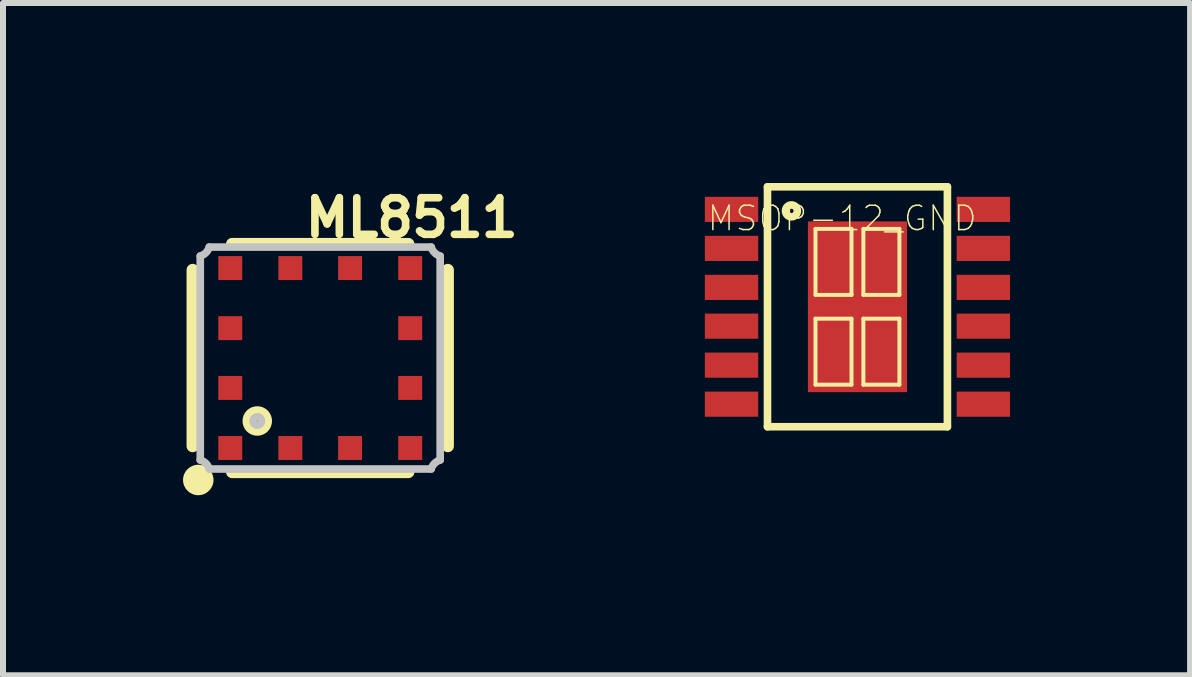
<source format=kicad_pcb>
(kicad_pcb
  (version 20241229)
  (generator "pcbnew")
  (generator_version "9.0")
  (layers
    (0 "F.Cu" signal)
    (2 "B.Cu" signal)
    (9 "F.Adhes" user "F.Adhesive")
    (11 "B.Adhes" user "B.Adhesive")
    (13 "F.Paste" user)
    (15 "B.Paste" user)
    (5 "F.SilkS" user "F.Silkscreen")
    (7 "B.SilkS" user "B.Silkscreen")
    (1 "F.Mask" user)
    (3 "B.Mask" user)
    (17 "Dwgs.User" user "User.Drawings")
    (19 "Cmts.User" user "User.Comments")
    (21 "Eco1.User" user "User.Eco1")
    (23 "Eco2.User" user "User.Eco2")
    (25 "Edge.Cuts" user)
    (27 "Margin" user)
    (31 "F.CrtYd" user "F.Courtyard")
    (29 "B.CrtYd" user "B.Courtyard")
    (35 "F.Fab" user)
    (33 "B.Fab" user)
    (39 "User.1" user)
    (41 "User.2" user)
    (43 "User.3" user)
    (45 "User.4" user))
  (footprint "ML8511"
    (layer "F.Cu")
    (at 2.286 2.916)
    (property "Reference" "ML8511" (at 1.524 -2.337 0) (layer "F.SilkS") (effects (font (size 0.61 0.61) (thickness 0.127))))
    (attr smd)
    (fp_line (start -2.126 -1.468) (end -2.126 1.468) (stroke (width 0.203) (type solid)) (layer "F.SilkS"))
    (fp_line (start 1.468 -1.9) (end -1.468 -1.9) (stroke (width 0.203) (type solid)) (layer "F.SilkS"))
    (fp_line (start 1.468 1.9) (end -1.468 1.9) (stroke (width 0.203) (type solid)) (layer "F.SilkS"))
    (fp_line (start 2.126 1.468) (end 2.126 -1.468) (stroke (width 0.203) (type solid)) (layer "F.SilkS"))
    (fp_circle (center -2.032 2.032) (end -2.032 1.778) (stroke (width 0) (type solid)) (fill yes) (layer "F.SilkS"))
    (fp_circle (center -1.049 1.049) (end -1.049 1.001) (stroke (width 0.198) (type solid)) (fill no) (layer "F.SilkS"))
    (fp_line (start -1.999 1.699) (end -1.999 -1.699) (stroke (width 0.127) (type solid)) (layer "Dwgs.User"))
    (fp_line (start -1.849 -1.849) (end 1.849 -1.849) (stroke (width 0.127) (type solid)) (layer "Dwgs.User"))
    (fp_line (start 1.849 1.849) (end -1.849 1.849) (stroke (width 0.127) (type solid)) (layer "Dwgs.User"))
    (fp_line (start 1.999 -1.699) (end 1.999 1.699) (stroke (width 0.127) (type solid)) (layer "Dwgs.User"))
    (fp_arc (start -1.99898 1.69926) (mid -1.905006 1.755278) (end -1.849067 1.849299) (stroke (width 0.127) (type solid)) (layer "Dwgs.User"))
    (fp_arc (start -1.84912 -1.84912) (mid -1.905138 -1.755146) (end -1.999159 -1.699207) (stroke (width 0.127) (type solid)) (layer "Dwgs.User"))
    (fp_arc (start 1.84912 1.84912) (mid 1.905138 1.755146) (end 1.999159 1.699207) (stroke (width 0.127) (type solid)) (layer "Dwgs.User"))
    (fp_arc (start 1.99898 -1.69926) (mid 1.905006 -1.755278) (end 1.849067 -1.849299) (stroke (width 0.127) (type solid)) (layer "Dwgs.User"))
    (fp_circle (center -1.049 1.049) (end -1.049 0.98) (stroke (width 0.127) (type solid)) (fill no) (layer "Dwgs.User"))
    (pad "1" smd rect (at -1.499 1.499) (size 0.399 0.399) (layers "F.Cu" "F.Mask" "F.Paste"))
    (pad "2" smd rect (at -1.499 0.498) (size 0.399 0.399) (layers "F.Cu" "F.Mask" "F.Paste"))
    (pad "3" smd rect (at -1.499 -0.498) (size 0.399 0.399) (layers "F.Cu" "F.Mask" "F.Paste"))
    (pad "4" smd rect (at -1.499 -1.499) (size 0.399 0.399) (layers "F.Cu" "F.Mask" "F.Paste"))
    (pad "5" smd rect (at -0.498 -1.499) (size 0.399 0.399) (layers "F.Cu" "F.Mask" "F.Paste"))
    (pad "6" smd rect (at 0.498 -1.499) (size 0.399 0.399) (layers "F.Cu" "F.Mask" "F.Paste"))
    (pad "7" smd rect (at 1.499 -1.499) (size 0.399 0.399) (layers "F.Cu" "F.Mask" "F.Paste"))
    (pad "8" smd rect (at 1.499 -0.498) (size 0.399 0.399) (layers "F.Cu" "F.Mask" "F.Paste"))
    (pad "9" smd rect (at 1.499 0.498) (size 0.399 0.399) (layers "F.Cu" "F.Mask" "F.Paste"))
    (pad "10" smd rect (at 1.499 1.499) (size 0.399 0.399) (layers "F.Cu" "F.Mask" "F.Paste"))
    (pad "11" smd rect (at 0.498 1.499) (size 0.399 0.399) (layers "F.Cu" "F.Mask" "F.Paste"))
    (pad "12" smd rect (at -0.498 1.499) (size 0.399 0.399) (layers "F.Cu" "F.Mask" "F.Paste")))
  (footprint "MSOP-12_GND"
    (layer "F.Cu")
    (at 11.238 2.062)
    (property "Reference" "MSOP-12_GND" (at -0.254 -1.473 0) (layer "F.SilkS") (effects (font (size 0.406 0.406) (thickness 0.025))))
    (attr smd)
    (fp_line (start -1.499 -1.999) (end -1.499 1.999) (stroke (width 0.127) (type solid)) (layer "F.SilkS"))
    (fp_line (start -1.499 1.999) (end 1.499 1.999) (stroke (width 0.127) (type solid)) (layer "F.SilkS"))
    (fp_line (start -0.699 -1.298) (end -0.099 -1.298) (stroke (width 0.066) (type solid)) (layer "F.SilkS"))
    (fp_line (start -0.699 -0.198) (end -0.699 -1.298) (stroke (width 0.066) (type solid)) (layer "F.SilkS"))
    (fp_line (start -0.699 -0.198) (end -0.099 -0.198) (stroke (width 0.066) (type solid)) (layer "F.SilkS"))
    (fp_line (start -0.699 0.198) (end -0.099 0.198) (stroke (width 0.066) (type solid)) (layer "F.SilkS"))
    (fp_line (start -0.699 1.298) (end -0.699 0.198) (stroke (width 0.066) (type solid)) (layer "F.SilkS"))
    (fp_line (start -0.699 1.298) (end -0.099 1.298) (stroke (width 0.066) (type solid)) (layer "F.SilkS"))
    (fp_line (start -0.099 -0.198) (end -0.099 -1.298) (stroke (width 0.066) (type solid)) (layer "F.SilkS"))
    (fp_line (start -0.099 1.298) (end -0.099 0.198) (stroke (width 0.066) (type solid)) (layer "F.SilkS"))
    (fp_line (start 0.099 -1.298) (end 0.699 -1.298) (stroke (width 0.066) (type solid)) (layer "F.SilkS"))
    (fp_line (start 0.099 -0.198) (end 0.099 -1.298) (stroke (width 0.066) (type solid)) (layer "F.SilkS"))
    (fp_line (start 0.099 -0.198) (end 0.699 -0.198) (stroke (width 0.066) (type solid)) (layer "F.SilkS"))
    (fp_line (start 0.099 0.198) (end 0.699 0.198) (stroke (width 0.066) (type solid)) (layer "F.SilkS"))
    (fp_line (start 0.099 1.298) (end 0.099 0.198) (stroke (width 0.066) (type solid)) (layer "F.SilkS"))
    (fp_line (start 0.099 1.298) (end 0.699 1.298) (stroke (width 0.066) (type solid)) (layer "F.SilkS"))
    (fp_line (start 0.699 -0.198) (end 0.699 -1.298) (stroke (width 0.066) (type solid)) (layer "F.SilkS"))
    (fp_line (start 0.699 1.298) (end 0.699 0.198) (stroke (width 0.066) (type solid)) (layer "F.SilkS"))
    (fp_line (start 1.499 -1.999) (end -1.499 -1.999) (stroke (width 0.127) (type solid)) (layer "F.SilkS"))
    (fp_line (start 1.499 1.999) (end 1.499 -1.999) (stroke (width 0.127) (type solid)) (layer "F.SilkS"))
    (fp_circle (center -1.1 -1.598) (end -1.1 -1.697) (stroke (width 0.127) (type solid)) (fill no) (layer "F.SilkS"))
    (pad "1" smd rect (at -2.098 -1.623 180) (size 0.889 0.419) (layers "F.Cu" "F.Mask" "F.Paste"))
    (pad "2" smd rect (at -2.098 -0.973 180) (size 0.889 0.419) (layers "F.Cu" "F.Mask" "F.Paste"))
    (pad "3" smd rect (at -2.098 -0.323 180) (size 0.889 0.419) (layers "F.Cu" "F.Mask" "F.Paste"))
    (pad "4" smd rect (at -2.098 0.323 180) (size 0.889 0.419) (layers "F.Cu" "F.Mask" "F.Paste"))
    (pad "5" smd rect (at -2.098 0.973 180) (size 0.889 0.419) (layers "F.Cu" "F.Mask" "F.Paste"))
    (pad "6" smd rect (at -2.098 1.623 180) (size 0.889 0.419) (layers "F.Cu" "F.Mask" "F.Paste"))
    (pad "7" smd rect (at 2.098 1.623 180) (size 0.889 0.419) (layers "F.Cu" "F.Mask" "F.Paste"))
    (pad "8" smd rect (at 2.098 0.973 180) (size 0.889 0.419) (layers "F.Cu" "F.Mask" "F.Paste"))
    (pad "9" smd rect (at 2.098 0.323 180) (size 0.889 0.419) (layers "F.Cu" "F.Mask" "F.Paste"))
    (pad "10" smd rect (at 2.098 -0.323 180) (size 0.889 0.419) (layers "F.Cu" "F.Mask" "F.Paste"))
    (pad "11" smd rect (at 2.098 -0.973 180) (size 0.889 0.419) (layers "F.Cu" "F.Mask" "F.Paste"))
    (pad "12" smd rect (at 2.098 -1.623 180) (size 0.889 0.419) (layers "F.Cu" "F.Mask" "F.Paste"))
    (pad "13" smd rect (at 0 0 90) (size 2.845 1.651) (layers "F.Cu" "F.Mask" "F.Paste")))
  (gr_rect
    (start -3 -3)
    (end 16.781 8.202)
    (stroke (width 0.1) (type default))
    (fill no)
    (layer "Edge.Cuts")))
</source>
